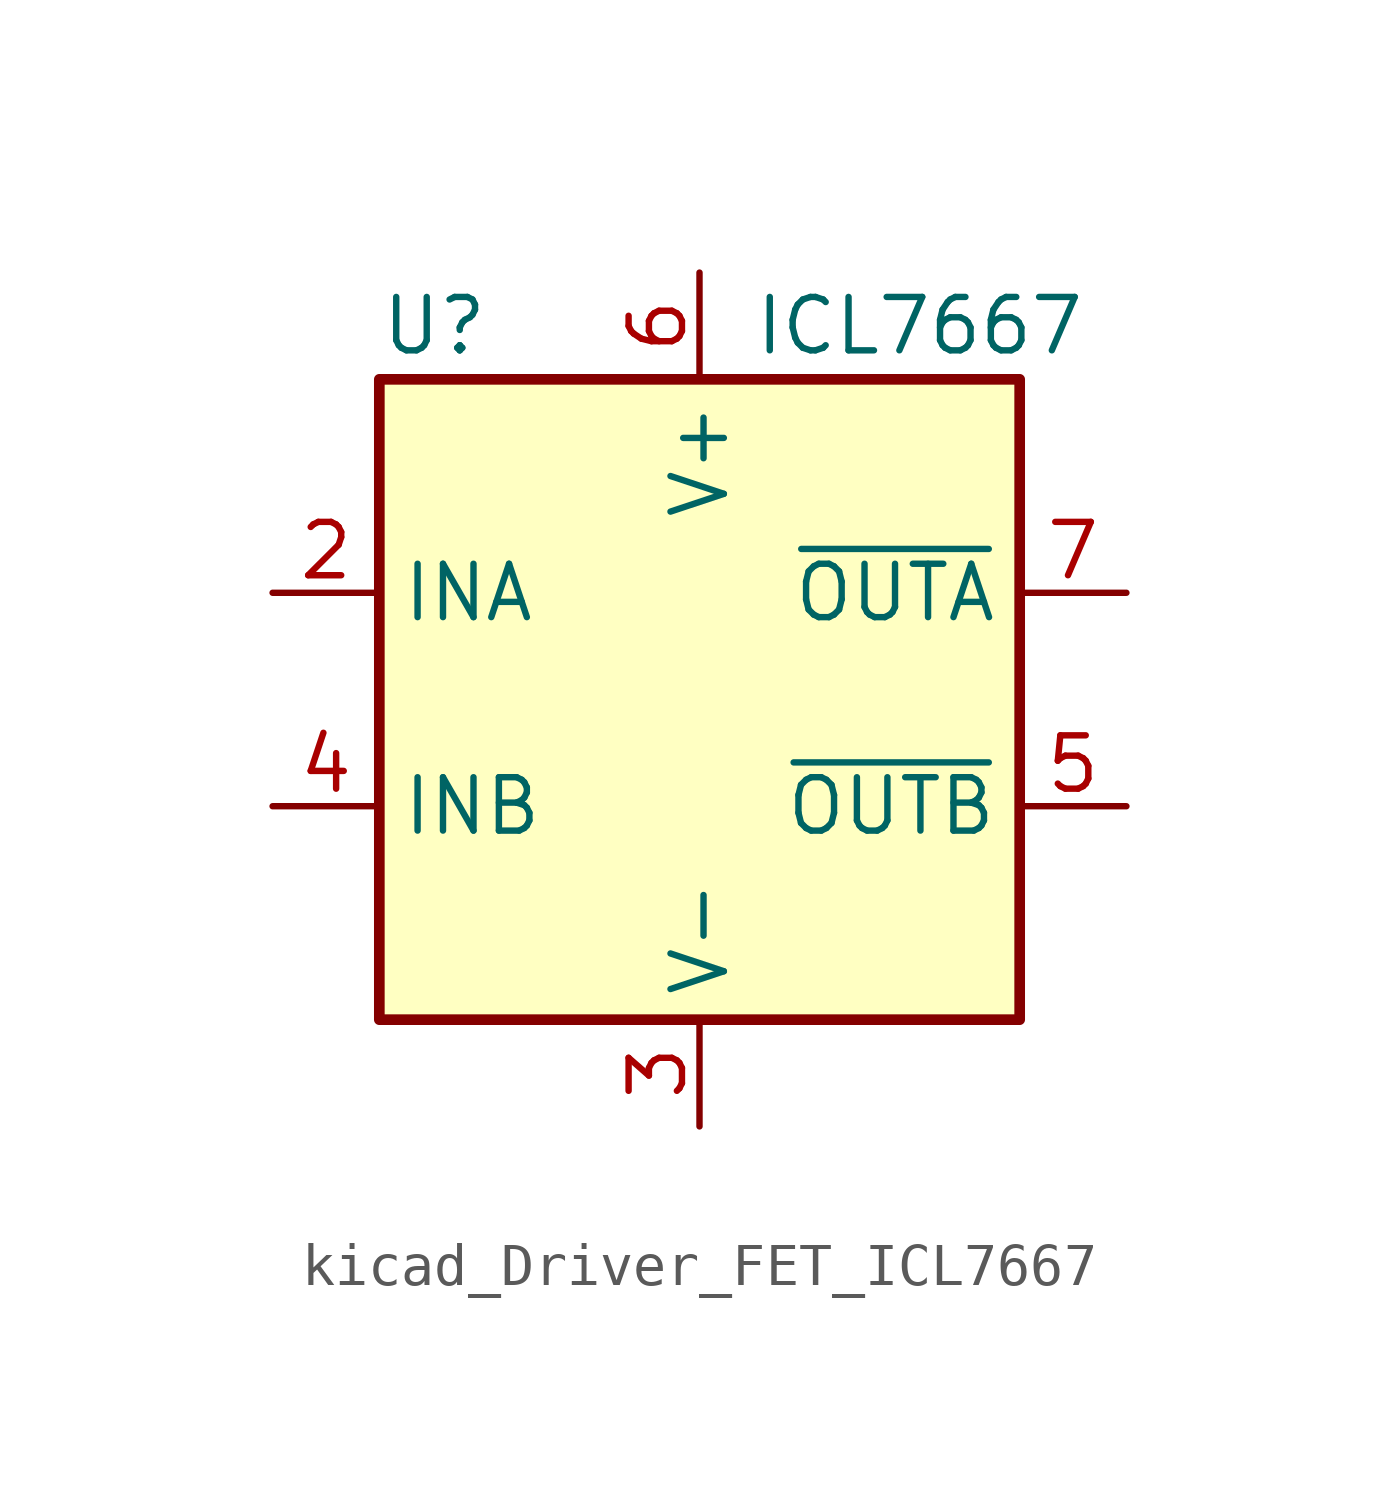
<source format=kicad_sym>
(kicad_symbol_lib
  (version 20220914)
  (generator kicad_symbol_editor)
  (symbol "kicad_Driver_FET_ICL7667"
    (property "Reference" "U"
      (at -7.62 8.89 0)
      (effects (font (size 1.27 1.27)) (justify left)))
    (property "Value" "ICL7667"
      (at 1.27 8.89 0)
      (effects (font (size 1.27 1.27)) (justify left)))
    (symbol "kicad_Driver_FET_ICL7667_0_1"
      (rectangle (start -7.62 -7.62) (end 7.62 7.62) (stroke (width 0.254) (type default)) (fill (type background))))
    (symbol "kicad_Driver_FET_ICL7667_1_1"
      (pin no_connect line (at -7.62 0 0) (length 2.54) hide (name "NC" (effects (font (size 1.27 1.27)))) (number "1" (effects (font (size 1.27 1.27)))))
      (pin input line (at -10.16 2.54 0) (length 2.54) (name "INA" (effects (font (size 1.27 1.27)))) (number "2" (effects (font (size 1.27 1.27)))))
      (pin power_in line (at 0 -10.16 90) (length 2.54) (name "V-" (effects (font (size 1.27 1.27)))) (number "3" (effects (font (size 1.27 1.27)))))
      (pin input line (at -10.16 -2.54 0) (length 2.54) (name "INB" (effects (font (size 1.27 1.27)))) (number "4" (effects (font (size 1.27 1.27)))))
      (pin output line (at 10.16 -2.54 180) (length 2.54) (name "~{OUTB}" (effects (font (size 1.27 1.27)))) (number "5" (effects (font (size 1.27 1.27)))))
      (pin power_in line (at 0 10.16 270) (length 2.54) (name "V+" (effects (font (size 1.27 1.27)))) (number "6" (effects (font (size 1.27 1.27)))))
      (pin output line (at 10.16 2.54 180) (length 2.54) (name "~{OUTA}" (effects (font (size 1.27 1.27)))) (number "7" (effects (font (size 1.27 1.27)))))
      (pin no_connect line (at 7.62 0 180) (length 2.54) hide (name "NC" (effects (font (size 1.27 1.27)))) (number "8" (effects (font (size 1.27 1.27))))))))
</source>
